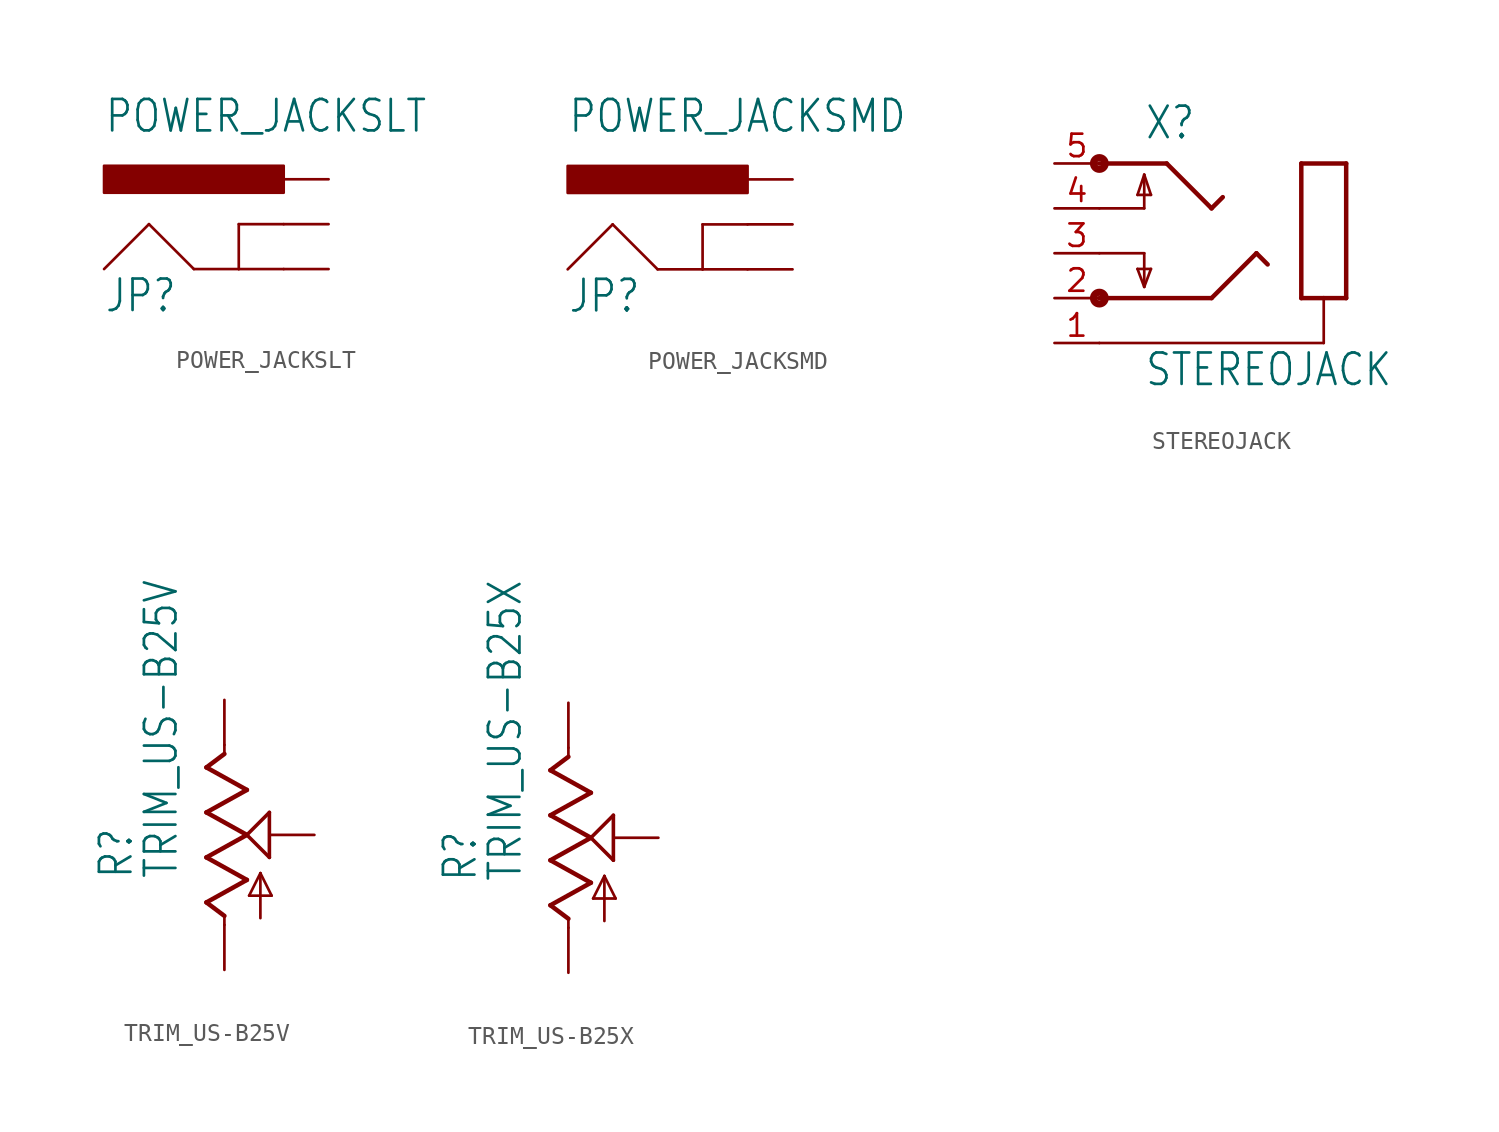
<source format=kicad_sym>
(kicad_symbol_lib
  (version 20211014)
  (generator kicad_symbol_editor)
  (symbol "POWER_JACKSLT"
    (property "Reference" "JP"
      (at -10.16 0 0)
      (effects (font (size 1.778 1.511)) (justify left bottom)))
    (property "Value" "POWER_JACKSLT"
      (at -10.16 10.16 0)
      (effects (font (size 1.778 1.511)) (justify left bottom)))
    (property "ki_locked" ""
      (at 0 0 0)
      (effects (font (size 1.27 1.27))))
    (symbol "POWER_JACKSLT_1_0"
      (rectangle (start -10.16 6.858) (end 0 8.382) (stroke (width 0) (type default) (color 0 0 0 0)) (fill (type outline)))
      (polyline (pts (xy -10.16 2.54) (xy -7.62 5.08)) (stroke (width 0.152) (type default) (color 0 0 0 0)) (fill (type none)))
      (polyline (pts (xy -7.62 5.08) (xy -5.08 2.54)) (stroke (width 0.152) (type default) (color 0 0 0 0)) (fill (type none)))
      (polyline (pts (xy -5.08 2.54) (xy -2.54 2.54)) (stroke (width 0.152) (type default) (color 0 0 0 0)) (fill (type none)))
      (polyline (pts (xy -2.54 2.54) (xy -2.54 5.08)) (stroke (width 0.152) (type default) (color 0 0 0 0)) (fill (type none)))
      (polyline (pts (xy -2.54 2.54) (xy 0 2.54)) (stroke (width 0.152) (type default) (color 0 0 0 0)) (fill (type none)))
      (polyline (pts (xy -2.54 5.08) (xy 0 5.08)) (stroke (width 0.152) (type default) (color 0 0 0 0)) (fill (type none)))
      (pin bidirectional line (at 2.54 5.08 180) (length 2.54) (name "GNDBREAK" (effects (font (size 0 0)))) (number "GND@1" (effects (font (size 0 0)))))
      (pin bidirectional line (at 2.54 2.54 180) (length 2.54) (name "GND" (effects (font (size 0 0)))) (number "GND@2" (effects (font (size 0 0)))))
      (pin bidirectional line (at 2.54 7.62 180) (length 2.54) (name "PWR" (effects (font (size 0 0)))) (number "PWR" (effects (font (size 0 0)))))))
  (symbol "POWER_JACKSMD"
    (property "Reference" "JP"
      (at -10.16 0 0)
      (effects (font (size 1.778 1.511)) (justify left bottom)))
    (property "Value" "POWER_JACKSMD"
      (at -10.16 10.16 0)
      (effects (font (size 1.778 1.511)) (justify left bottom)))
    (property "ki_locked" ""
      (at 0 0 0)
      (effects (font (size 1.27 1.27))))
    (symbol "POWER_JACKSMD_1_0"
      (rectangle (start -10.16 6.858) (end 0 8.382) (stroke (width 0) (type default) (color 0 0 0 0)) (fill (type outline)))
      (polyline (pts (xy -10.16 2.54) (xy -7.62 5.08)) (stroke (width 0.152) (type default) (color 0 0 0 0)) (fill (type none)))
      (polyline (pts (xy -7.62 5.08) (xy -5.08 2.54)) (stroke (width 0.152) (type default) (color 0 0 0 0)) (fill (type none)))
      (polyline (pts (xy -5.08 2.54) (xy -2.54 2.54)) (stroke (width 0.152) (type default) (color 0 0 0 0)) (fill (type none)))
      (polyline (pts (xy -2.54 2.54) (xy -2.54 5.08)) (stroke (width 0.152) (type default) (color 0 0 0 0)) (fill (type none)))
      (polyline (pts (xy -2.54 2.54) (xy 0 2.54)) (stroke (width 0.152) (type default) (color 0 0 0 0)) (fill (type none)))
      (polyline (pts (xy -2.54 5.08) (xy 0 5.08)) (stroke (width 0.152) (type default) (color 0 0 0 0)) (fill (type none)))
      (pin bidirectional line (at 2.54 5.08 180) (length 2.54) (name "GNDBREAK" (effects (font (size 0 0)))) (number "GND" (effects (font (size 0 0)))))
      (pin bidirectional line (at 2.54 2.54 180) (length 2.54) (name "GND" (effects (font (size 0 0)))) (number "P$4" (effects (font (size 0 0)))))
      (pin bidirectional line (at 2.54 7.62 180) (length 2.54) (name "PWR" (effects (font (size 0 0)))) (number "VIN0" (effects (font (size 0 0)))))))
  (symbol "STEREOJACK"
    (property "Reference" "X"
      (at -7.62 3.81 0)
      (effects (font (size 1.778 1.511)) (justify left bottom)))
    (property "Value" "STEREOJACK"
      (at -7.62 -10.16 0)
      (effects (font (size 1.778 1.511)) (justify left bottom)))
    (property "ki_locked" ""
      (at 0 0 0)
      (effects (font (size 1.27 1.27))))
    (symbol "STEREOJACK_1_0"
      (circle (center -10.16 -5.08) (radius 0.127) (stroke (width 0.406) (type default) (color 0 0 0 0)) (fill (type none)))
      (circle (center -10.16 2.54) (radius 0.127) (stroke (width 0.406) (type default) (color 0 0 0 0)) (fill (type none)))
      (polyline (pts (xy -10.16 -5.08) (xy -3.81 -5.08)) (stroke (width 0.254) (type default) (color 0 0 0 0)) (fill (type none)))
      (polyline (pts (xy -10.16 -2.54) (xy -7.62 -2.54)) (stroke (width 0.152) (type default) (color 0 0 0 0)) (fill (type none)))
      (polyline (pts (xy -10.16 0) (xy -7.62 0)) (stroke (width 0.152) (type default) (color 0 0 0 0)) (fill (type none)))
      (polyline (pts (xy -10.16 2.54) (xy -6.35 2.54)) (stroke (width 0.254) (type default) (color 0 0 0 0)) (fill (type none)))
      (polyline (pts (xy -8.001 -3.429) (xy -7.239 -3.429)) (stroke (width 0.152) (type default) (color 0 0 0 0)) (fill (type none)))
      (polyline (pts (xy -8.001 0.762) (xy -7.239 0.762)) (stroke (width 0.152) (type default) (color 0 0 0 0)) (fill (type none)))
      (polyline (pts (xy -7.62 -4.445) (xy -8.001 -3.429)) (stroke (width 0.152) (type default) (color 0 0 0 0)) (fill (type none)))
      (polyline (pts (xy -7.62 -2.54) (xy -7.62 -4.445)) (stroke (width 0.152) (type default) (color 0 0 0 0)) (fill (type none)))
      (polyline (pts (xy -7.62 0) (xy -7.62 1.905)) (stroke (width 0.152) (type default) (color 0 0 0 0)) (fill (type none)))
      (polyline (pts (xy -7.62 1.905) (xy -8.001 0.762)) (stroke (width 0.152) (type default) (color 0 0 0 0)) (fill (type none)))
      (polyline (pts (xy -7.239 -3.429) (xy -7.62 -4.445)) (stroke (width 0.152) (type default) (color 0 0 0 0)) (fill (type none)))
      (polyline (pts (xy -7.239 0.762) (xy -7.62 1.905)) (stroke (width 0.152) (type default) (color 0 0 0 0)) (fill (type none)))
      (polyline (pts (xy -6.35 2.54) (xy -3.81 0)) (stroke (width 0.254) (type default) (color 0 0 0 0)) (fill (type none)))
      (polyline (pts (xy -3.81 0) (xy -3.175 0.635)) (stroke (width 0.254) (type default) (color 0 0 0 0)) (fill (type none)))
      (polyline (pts (xy -1.27 -2.54) (xy -3.81 -5.08)) (stroke (width 0.254) (type default) (color 0 0 0 0)) (fill (type none)))
      (polyline (pts (xy -0.635 -3.175) (xy -1.27 -2.54)) (stroke (width 0.254) (type default) (color 0 0 0 0)) (fill (type none)))
      (polyline (pts (xy 1.27 -5.08) (xy 1.27 2.54)) (stroke (width 0.254) (type default) (color 0 0 0 0)) (fill (type none)))
      (polyline (pts (xy 1.27 -5.08) (xy 2.54 -5.08)) (stroke (width 0.254) (type default) (color 0 0 0 0)) (fill (type none)))
      (polyline (pts (xy 1.27 2.54) (xy 3.81 2.54)) (stroke (width 0.254) (type default) (color 0 0 0 0)) (fill (type none)))
      (polyline (pts (xy 2.54 -7.62) (xy -10.16 -7.62)) (stroke (width 0.152) (type default) (color 0 0 0 0)) (fill (type none)))
      (polyline (pts (xy 2.54 -5.08) (xy 2.54 -7.62)) (stroke (width 0.152) (type default) (color 0 0 0 0)) (fill (type none)))
      (polyline (pts (xy 2.54 -5.08) (xy 3.81 -5.08)) (stroke (width 0.254) (type default) (color 0 0 0 0)) (fill (type none)))
      (polyline (pts (xy 3.81 -5.08) (xy 3.81 2.54)) (stroke (width 0.254) (type default) (color 0 0 0 0)) (fill (type none)))
      (pin passive line (at -12.7 -7.62 0) (length 2.54) (name "1" (effects (font (size 0 0)))) (number "1" (effects (font (size 1.27 1.27)))))
      (pin passive line (at -12.7 -5.08 0) (length 2.54) (name "2" (effects (font (size 0 0)))) (number "2" (effects (font (size 1.27 1.27)))))
      (pin passive line (at -12.7 -2.54 0) (length 2.54) (name "3" (effects (font (size 0 0)))) (number "3" (effects (font (size 1.27 1.27)))))
      (pin passive line (at -12.7 0 0) (length 2.54) (name "4" (effects (font (size 0 0)))) (number "4" (effects (font (size 1.27 1.27)))))
      (pin passive line (at -12.7 2.54 0) (length 2.54) (name "5" (effects (font (size 0 0)))) (number "5" (effects (font (size 1.27 1.27)))))))
  (symbol "TRIM_US-B25V"
    (property "Reference" "R"
      (at -5.08 -2.54 90)
      (effects (font (size 1.778 1.511)) (justify left bottom)))
    (property "Value" "TRIM_US-B25V"
      (at -2.54 -2.54 90)
      (effects (font (size 1.778 1.511)) (justify left bottom)))
    (property "ki_locked" ""
      (at 0 0 0)
      (effects (font (size 1.27 1.27))))
    (symbol "TRIM_US-B25V_1_0"
      (polyline (pts (xy -1.016 -3.81) (xy 1.27 -2.54)) (stroke (width 0.254) (type default) (color 0 0 0 0)) (fill (type none)))
      (polyline (pts (xy -1.016 -1.27) (xy 1.27 0)) (stroke (width 0.254) (type default) (color 0 0 0 0)) (fill (type none)))
      (polyline (pts (xy -1.016 1.27) (xy 1.27 2.54)) (stroke (width 0.254) (type default) (color 0 0 0 0)) (fill (type none)))
      (polyline (pts (xy -1.016 3.81) (xy 0 4.572)) (stroke (width 0.254) (type default) (color 0 0 0 0)) (fill (type none)))
      (polyline (pts (xy 0 -5.08) (xy 0 -4.572)) (stroke (width 0.152) (type default) (color 0 0 0 0)) (fill (type none)))
      (polyline (pts (xy 0 -4.572) (xy -1.016 -3.81)) (stroke (width 0.254) (type default) (color 0 0 0 0)) (fill (type none)))
      (polyline (pts (xy 0 4.572) (xy 0 5.08)) (stroke (width 0.152) (type default) (color 0 0 0 0)) (fill (type none)))
      (polyline (pts (xy 1.27 -2.54) (xy -1.016 -1.27)) (stroke (width 0.254) (type default) (color 0 0 0 0)) (fill (type none)))
      (polyline (pts (xy 1.27 0) (xy -1.016 1.27)) (stroke (width 0.254) (type default) (color 0 0 0 0)) (fill (type none)))
      (polyline (pts (xy 1.27 0) (xy 2.54 1.27)) (stroke (width 0.203) (type default) (color 0 0 0 0)) (fill (type none)))
      (polyline (pts (xy 1.27 2.54) (xy -1.016 3.81)) (stroke (width 0.254) (type default) (color 0 0 0 0)) (fill (type none)))
      (polyline (pts (xy 1.397 -3.429) (xy 2.032 -2.159)) (stroke (width 0.152) (type default) (color 0 0 0 0)) (fill (type none)))
      (polyline (pts (xy 2.032 -4.699) (xy 2.032 -2.159)) (stroke (width 0.152) (type default) (color 0 0 0 0)) (fill (type none)))
      (polyline (pts (xy 2.032 -2.159) (xy 2.667 -3.429)) (stroke (width 0.152) (type default) (color 0 0 0 0)) (fill (type none)))
      (polyline (pts (xy 2.54 -1.27) (xy 1.27 0)) (stroke (width 0.203) (type default) (color 0 0 0 0)) (fill (type none)))
      (polyline (pts (xy 2.54 1.27) (xy 2.54 -1.27)) (stroke (width 0.203) (type default) (color 0 0 0 0)) (fill (type none)))
      (polyline (pts (xy 2.667 -3.429) (xy 1.397 -3.429)) (stroke (width 0.152) (type default) (color 0 0 0 0)) (fill (type none)))
      (pin passive line (at 0 -7.62 90) (length 2.54) (name "A" (effects (font (size 0 0)))) (number "A" (effects (font (size 0 0)))))
      (pin passive line (at 0 7.62 270) (length 2.54) (name "E" (effects (font (size 0 0)))) (number "E" (effects (font (size 0 0)))))
      (pin passive line (at 5.08 0 180) (length 2.54) (name "S" (effects (font (size 0 0)))) (number "S" (effects (font (size 0 0)))))))
  (symbol "TRIM_US-B25X"
    (property "Reference" "R"
      (at -5.08 -2.54 90)
      (effects (font (size 1.778 1.511)) (justify left bottom)))
    (property "Value" "TRIM_US-B25X"
      (at -2.54 -2.54 90)
      (effects (font (size 1.778 1.511)) (justify left bottom)))
    (property "ki_locked" ""
      (at 0 0 0)
      (effects (font (size 1.27 1.27))))
    (symbol "TRIM_US-B25X_1_0"
      (polyline (pts (xy -1.016 -3.81) (xy 1.27 -2.54)) (stroke (width 0.254) (type default) (color 0 0 0 0)) (fill (type none)))
      (polyline (pts (xy -1.016 -1.27) (xy 1.27 0)) (stroke (width 0.254) (type default) (color 0 0 0 0)) (fill (type none)))
      (polyline (pts (xy -1.016 1.27) (xy 1.27 2.54)) (stroke (width 0.254) (type default) (color 0 0 0 0)) (fill (type none)))
      (polyline (pts (xy -1.016 3.81) (xy 0 4.572)) (stroke (width 0.254) (type default) (color 0 0 0 0)) (fill (type none)))
      (polyline (pts (xy 0 -5.08) (xy 0 -4.572)) (stroke (width 0.152) (type default) (color 0 0 0 0)) (fill (type none)))
      (polyline (pts (xy 0 -4.572) (xy -1.016 -3.81)) (stroke (width 0.254) (type default) (color 0 0 0 0)) (fill (type none)))
      (polyline (pts (xy 0 4.572) (xy 0 5.08)) (stroke (width 0.152) (type default) (color 0 0 0 0)) (fill (type none)))
      (polyline (pts (xy 1.27 -2.54) (xy -1.016 -1.27)) (stroke (width 0.254) (type default) (color 0 0 0 0)) (fill (type none)))
      (polyline (pts (xy 1.27 0) (xy -1.016 1.27)) (stroke (width 0.254) (type default) (color 0 0 0 0)) (fill (type none)))
      (polyline (pts (xy 1.27 0) (xy 2.54 1.27)) (stroke (width 0.203) (type default) (color 0 0 0 0)) (fill (type none)))
      (polyline (pts (xy 1.27 2.54) (xy -1.016 3.81)) (stroke (width 0.254) (type default) (color 0 0 0 0)) (fill (type none)))
      (polyline (pts (xy 1.397 -3.429) (xy 2.032 -2.159)) (stroke (width 0.152) (type default) (color 0 0 0 0)) (fill (type none)))
      (polyline (pts (xy 2.032 -4.699) (xy 2.032 -2.159)) (stroke (width 0.152) (type default) (color 0 0 0 0)) (fill (type none)))
      (polyline (pts (xy 2.032 -2.159) (xy 2.667 -3.429)) (stroke (width 0.152) (type default) (color 0 0 0 0)) (fill (type none)))
      (polyline (pts (xy 2.54 -1.27) (xy 1.27 0)) (stroke (width 0.203) (type default) (color 0 0 0 0)) (fill (type none)))
      (polyline (pts (xy 2.54 1.27) (xy 2.54 -1.27)) (stroke (width 0.203) (type default) (color 0 0 0 0)) (fill (type none)))
      (polyline (pts (xy 2.667 -3.429) (xy 1.397 -3.429)) (stroke (width 0.152) (type default) (color 0 0 0 0)) (fill (type none)))
      (pin passive line (at 0 -7.62 90) (length 2.54) (name "A" (effects (font (size 0 0)))) (number "A" (effects (font (size 0 0)))))
      (pin passive line (at 0 7.62 270) (length 2.54) (name "E" (effects (font (size 0 0)))) (number "E" (effects (font (size 0 0)))))
      (pin passive line (at 5.08 0 180) (length 2.54) (name "S" (effects (font (size 0 0)))) (number "S" (effects (font (size 0 0))))))))
</source>
